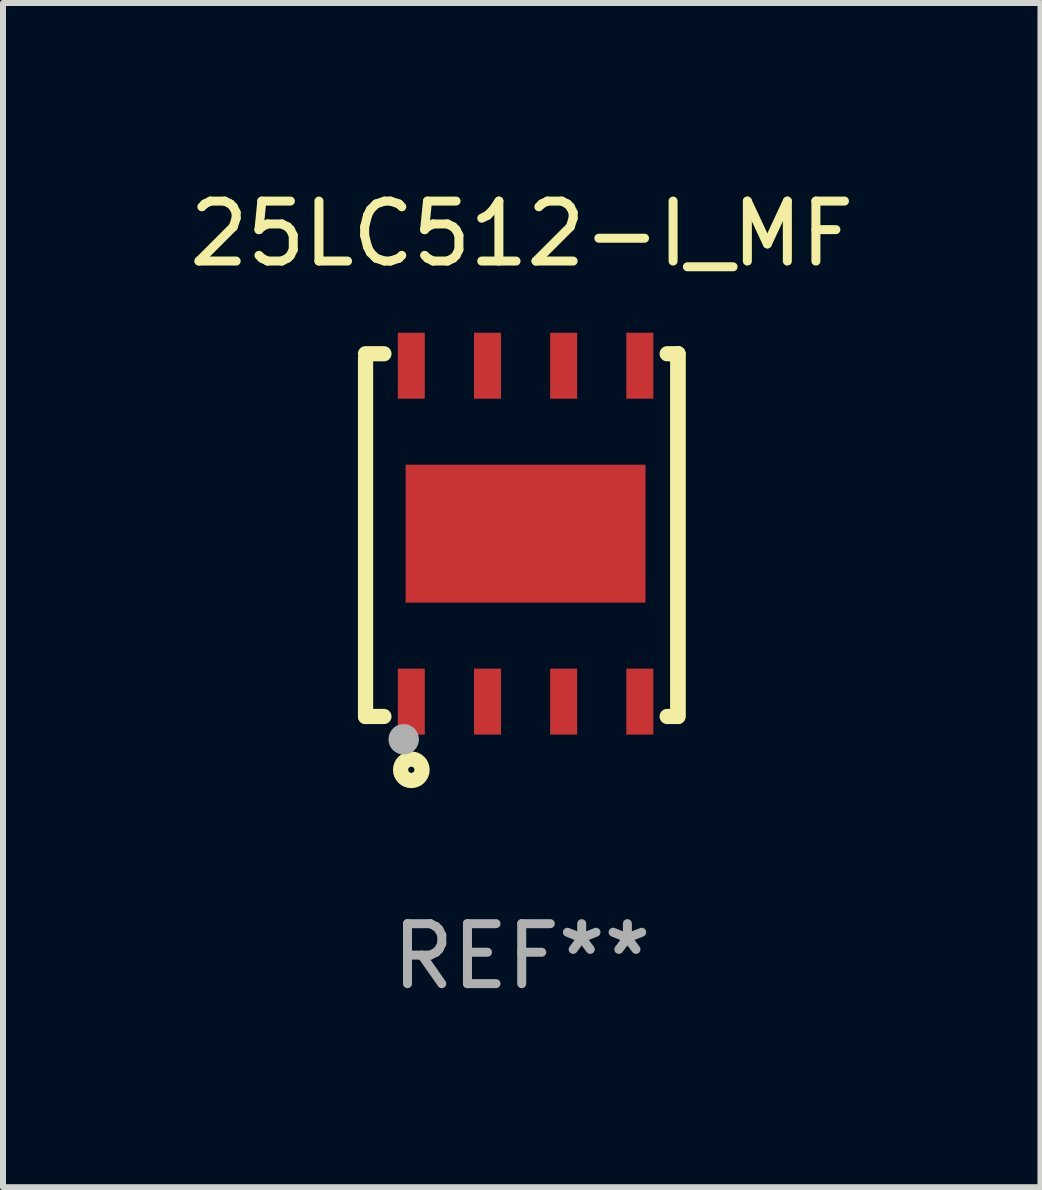
<source format=kicad_pcb>
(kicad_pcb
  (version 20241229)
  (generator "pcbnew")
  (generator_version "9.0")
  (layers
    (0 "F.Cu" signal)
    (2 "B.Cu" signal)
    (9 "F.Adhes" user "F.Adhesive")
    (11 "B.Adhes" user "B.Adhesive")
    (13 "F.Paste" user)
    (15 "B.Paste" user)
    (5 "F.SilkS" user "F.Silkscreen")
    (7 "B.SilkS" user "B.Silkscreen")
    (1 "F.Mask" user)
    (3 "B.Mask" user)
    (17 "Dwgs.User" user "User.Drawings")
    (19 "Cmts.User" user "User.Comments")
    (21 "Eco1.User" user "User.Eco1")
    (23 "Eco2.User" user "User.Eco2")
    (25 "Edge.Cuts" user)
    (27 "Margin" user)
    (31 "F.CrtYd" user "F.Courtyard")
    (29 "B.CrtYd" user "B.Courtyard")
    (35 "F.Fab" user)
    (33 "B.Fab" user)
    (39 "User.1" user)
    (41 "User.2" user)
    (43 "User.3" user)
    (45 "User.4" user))
  (footprint "25LC512-I_MF"
    (layer "F.Cu")
    (at 5.649 5.872)
    (property "Reference" "25LC512-I_MF" (at 0 -5.024 0) (layer "F.SilkS") (effects (font (size 1 1) (thickness 0.15))))
    (attr through_hole)
    (fp_line (start -2.604 -2.945) (end -2.604 3.024) (stroke (width 0.254) (type solid)) (layer "F.SilkS"))
    (fp_line (start -2.604 3.024) (end -2.298 3.024) (stroke (width 0.254) (type solid)) (layer "F.SilkS"))
    (fp_line (start -2.298 -3.024) (end -2.604 -3.024) (stroke (width 0.254) (type solid)) (layer "F.SilkS"))
    (fp_line (start 2.425 3.024) (end 2.604 3.024) (stroke (width 0.254) (type solid)) (layer "F.SilkS"))
    (fp_line (start 2.604 -3.024) (end 2.425 -3.024) (stroke (width 0.254) (type solid)) (layer "F.SilkS"))
    (fp_line (start 2.604 -3.024) (end 2.604 2.976) (stroke (width 0.254) (type solid)) (layer "F.SilkS"))
    (fp_line (start 2.604 3.024) (end 2.604 -3.024) (stroke (width 0.254) (type solid)) (layer "F.SilkS"))
    (fp_circle (center -2.436 2.976) (end -2.406 2.976) (stroke (width 0.06) (type solid)) (fill no) (layer "F.SilkS"))
    (fp_circle (center -1.841 3.913) (end -1.662 3.913) (stroke (width 0.254) (type solid)) (fill no) (layer "F.SilkS"))
    (fp_circle (center -1.968 3.405) (end -1.841 3.405) (stroke (width 0.254) (type solid)) (fill no) (layer "F.Fab"))
    (fp_text user "REF**" (at 0 7.024 0) (layer "F.Fab") (effects (font (size 1 1) (thickness 0.15))))
    (pad "1" smd rect (at -1.841 2.776) (size 0.45 1.1) (layers "F.Cu" "F.Mask" "F.Paste"))
    (pad "2" smd rect (at -0.571 2.776) (size 0.45 1.1) (layers "F.Cu" "F.Mask" "F.Paste"))
    (pad "3" smd rect (at 0.699 2.776) (size 0.45 1.1) (layers "F.Cu" "F.Mask" "F.Paste"))
    (pad "4" smd rect (at 1.969 2.776) (size 0.45 1.1) (layers "F.Cu" "F.Mask" "F.Paste"))
    (pad "5" smd rect (at 1.969 -2.824) (size 0.45 1.1) (layers "F.Cu" "F.Mask" "F.Paste"))
    (pad "6" smd rect (at 0.699 -2.824) (size 0.45 1.1) (layers "F.Cu" "F.Mask" "F.Paste"))
    (pad "7" smd rect (at -0.571 -2.824) (size 0.45 1.1) (layers "F.Cu" "F.Mask" "F.Paste"))
    (pad "8" smd rect (at -1.841 -2.824) (size 0.45 1.1) (layers "F.Cu" "F.Mask" "F.Paste"))
    (pad "9" smd rect (at 0.064 -0.024) (size 4 2.3) (layers "F.Cu" "F.Mask" "F.Paste")))
  (gr_rect
    (start -3 -3)
    (end 14.298 16.745)
    (stroke (width 0.1) (type default))
    (fill no)
    (layer "Edge.Cuts")))
</source>
